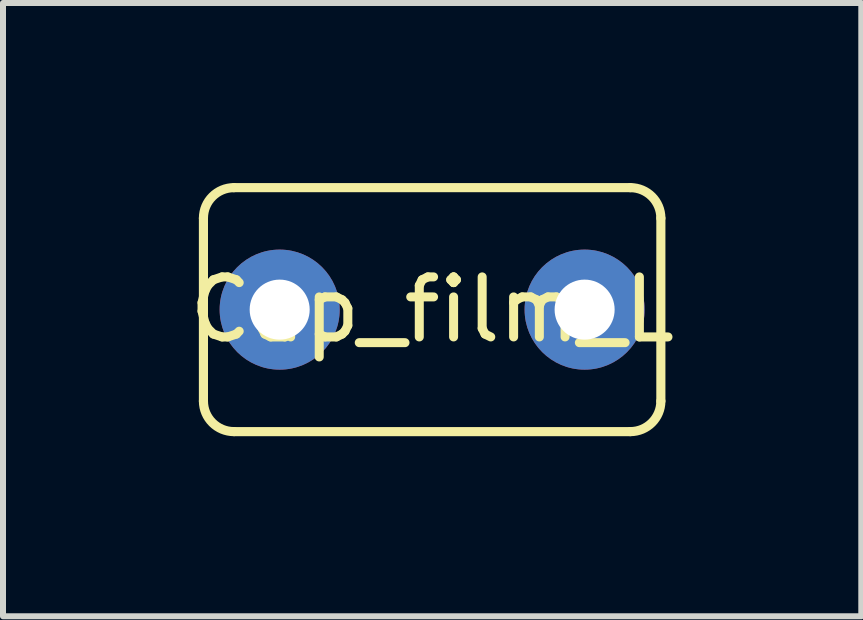
<source format=kicad_pcb>
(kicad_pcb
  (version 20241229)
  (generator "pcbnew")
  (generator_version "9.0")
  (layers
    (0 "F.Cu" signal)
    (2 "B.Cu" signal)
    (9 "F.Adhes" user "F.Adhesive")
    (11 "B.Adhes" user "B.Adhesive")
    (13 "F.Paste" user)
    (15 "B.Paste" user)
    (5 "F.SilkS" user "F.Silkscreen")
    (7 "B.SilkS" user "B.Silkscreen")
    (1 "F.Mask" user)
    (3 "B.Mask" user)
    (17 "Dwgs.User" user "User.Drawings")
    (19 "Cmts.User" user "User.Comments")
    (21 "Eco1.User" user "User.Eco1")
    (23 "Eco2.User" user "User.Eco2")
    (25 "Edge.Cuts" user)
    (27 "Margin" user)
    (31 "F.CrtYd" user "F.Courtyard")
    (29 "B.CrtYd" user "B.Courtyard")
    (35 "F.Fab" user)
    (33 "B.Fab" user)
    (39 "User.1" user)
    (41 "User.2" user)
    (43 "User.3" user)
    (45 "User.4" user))
  (footprint "Cap_film_L"
    (layer "F.Cu")
    (at 4.149 2.108)
    (property "Reference" "Cap_film_L" (at 0 0 0) (layer "F.SilkS") (effects (font (size 1 1) (thickness 0.15))))
    (attr through_hole)
    (fp_line (start -3.81 1.524) (end -3.81 -1.524) (stroke (width 0.152) (type solid)) (layer "F.SilkS"))
    (fp_line (start -3.302 -2.032) (end 3.302 -2.032) (stroke (width 0.152) (type solid)) (layer "F.SilkS"))
    (fp_line (start 3.302 2.032) (end -3.302 2.032) (stroke (width 0.152) (type solid)) (layer "F.SilkS"))
    (fp_line (start 3.81 -1.524) (end 3.81 1.524) (stroke (width 0.152) (type solid)) (layer "F.SilkS"))
    (fp_arc (start -3.81 -1.524) (mid -3.66121 -1.88321) (end -3.302 -2.032) (stroke (width 0.1524) (type solid)) (layer "F.SilkS"))
    (fp_arc (start -3.302 2.032) (mid -3.66121 1.88321) (end -3.81 1.524) (stroke (width 0.1524) (type solid)) (layer "F.SilkS"))
    (fp_arc (start 3.302 -2.032) (mid 3.66121 -1.88321) (end 3.81 -1.524) (stroke (width 0.1524) (type solid)) (layer "F.SilkS"))
    (fp_arc (start 3.81 1.524) (mid 3.66121 1.88321) (end 3.302 2.032) (stroke (width 0.1524) (type solid)) (layer "F.SilkS"))
    (pad "1" thru_hole oval (at -2.54 0) (size 2 2) (drill 1) (layers "*.Cu" "*.Mask"))
    (pad "2" thru_hole oval (at 2.54 0) (size 2 2) (drill 1) (layers "*.Cu" "*.Mask")))
  (gr_rect
    (start -3 -3)
    (end 11.298 7.216)
    (stroke (width 0.1) (type default))
    (fill no)
    (layer "Edge.Cuts")))
</source>
